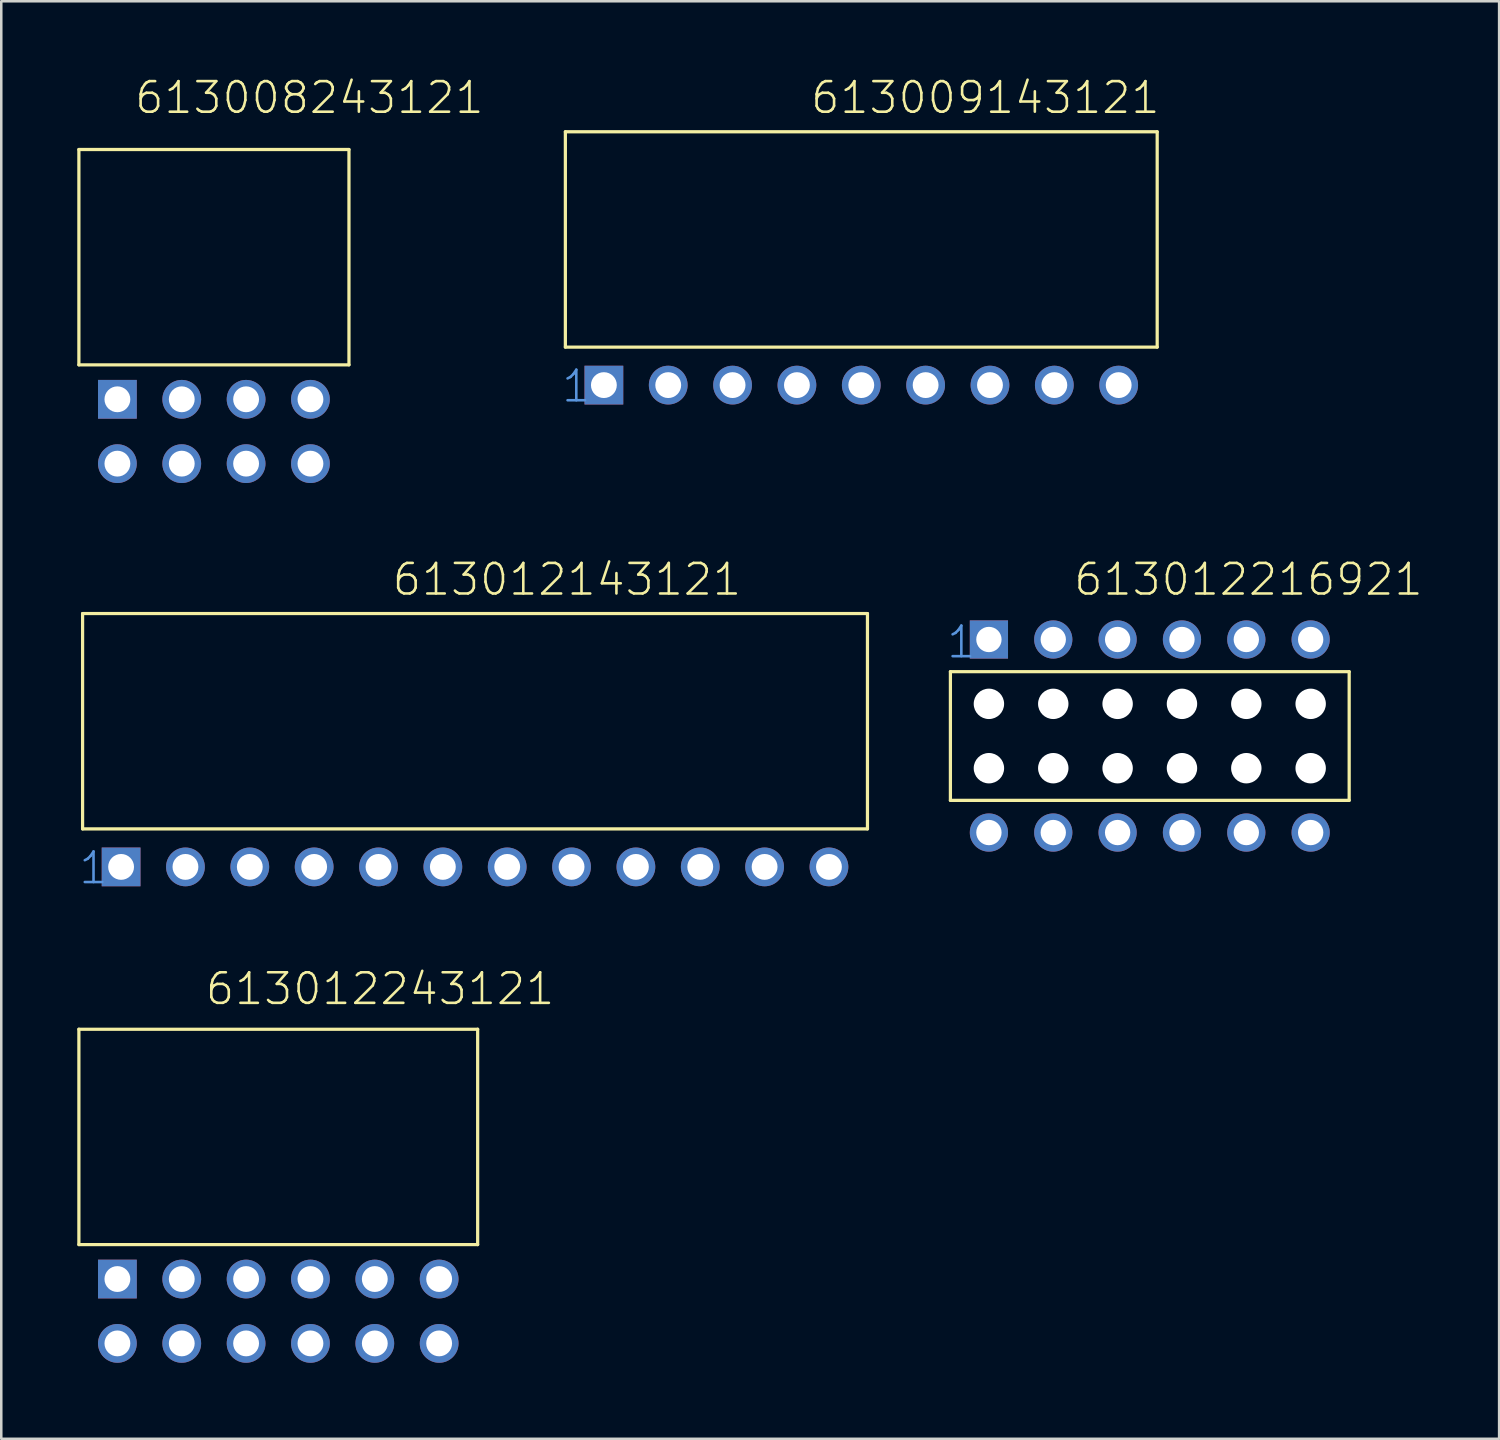
<source format=kicad_pcb>
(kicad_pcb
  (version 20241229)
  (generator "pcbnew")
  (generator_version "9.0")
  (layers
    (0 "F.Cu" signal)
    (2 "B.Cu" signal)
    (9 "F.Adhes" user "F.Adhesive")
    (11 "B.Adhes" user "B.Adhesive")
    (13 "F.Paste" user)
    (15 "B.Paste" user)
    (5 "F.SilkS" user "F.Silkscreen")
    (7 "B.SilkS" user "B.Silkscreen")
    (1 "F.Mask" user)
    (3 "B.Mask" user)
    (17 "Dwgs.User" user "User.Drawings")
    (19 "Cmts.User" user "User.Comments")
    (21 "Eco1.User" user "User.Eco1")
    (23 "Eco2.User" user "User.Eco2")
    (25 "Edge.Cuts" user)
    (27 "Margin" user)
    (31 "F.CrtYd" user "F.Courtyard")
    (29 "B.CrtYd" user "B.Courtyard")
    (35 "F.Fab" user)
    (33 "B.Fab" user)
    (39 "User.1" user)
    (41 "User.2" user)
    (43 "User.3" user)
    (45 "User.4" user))
  (footprint "613009143121"
    (layer "F.Cu")
    (at 30.946 12.151)
    (property "Reference" "613009143121" (at -2.06 -10.64 0) (layer "F.SilkS") (effects (font (size 1.206 1.206) (thickness 0.102)) (justify left bottom)))
    (attr through_hole)
    (fp_line (start -11.68 -10) (end -11.68 -1.5) (stroke (width 0.127) (type solid)) (layer "F.SilkS"))
    (fp_line (start -11.68 -10) (end 11.68 -10) (stroke (width 0.127) (type solid)) (layer "F.SilkS"))
    (fp_line (start -11.68 -1.5) (end 11.68 -1.5) (stroke (width 0.127) (type solid)) (layer "F.SilkS"))
    (fp_line (start 11.68 -10) (end 11.68 -1.5) (stroke (width 0.127) (type solid)) (layer "F.SilkS"))
    (fp_text user "1" (at -11.89 0.75 0) (layer "Cmts.User") (effects (font (size 1.206 1.206) (thickness 0.102)) (justify left bottom)))
    (pad "1" thru_hole rect (at -10.16 0) (size 1.53 1.53) (drill 1.02) (layers "*.Cu" "*.Mask"))
    (pad "2" thru_hole circle (at -7.62 0) (size 1.53 1.53) (drill 1.02) (layers "*.Cu" "*.Mask"))
    (pad "3" thru_hole circle (at -5.08 0) (size 1.53 1.53) (drill 1.02) (layers "*.Cu" "*.Mask"))
    (pad "4" thru_hole circle (at -2.54 0) (size 1.53 1.53) (drill 1.02) (layers "*.Cu" "*.Mask"))
    (pad "5" thru_hole circle (at 0 0) (size 1.53 1.53) (drill 1.02) (layers "*.Cu" "*.Mask"))
    (pad "6" thru_hole circle (at 2.54 0) (size 1.53 1.53) (drill 1.02) (layers "*.Cu" "*.Mask"))
    (pad "7" thru_hole circle (at 5.08 0) (size 1.53 1.53) (drill 1.02) (layers "*.Cu" "*.Mask"))
    (pad "8" thru_hole circle (at 7.62 0) (size 1.53 1.53) (drill 1.02) (layers "*.Cu" "*.Mask"))
    (pad "9" thru_hole circle (at 10.16 0) (size 1.53 1.53) (drill 1.02) (layers "*.Cu" "*.Mask")))
  (footprint "613012143121"
    (layer "F.Cu")
    (at 15.7 31.168)
    (property "Reference" "613012143121" (at -3.33 -10.64 0) (layer "F.SilkS") (effects (font (size 1.206 1.206) (thickness 0.102)) (justify left bottom)))
    (attr through_hole)
    (fp_line (start -15.49 -10) (end -15.49 -1.5) (stroke (width 0.127) (type solid)) (layer "F.SilkS"))
    (fp_line (start -15.49 -10) (end 15.49 -10) (stroke (width 0.127) (type solid)) (layer "F.SilkS"))
    (fp_line (start -15.49 -1.5) (end 15.49 -1.5) (stroke (width 0.127) (type solid)) (layer "F.SilkS"))
    (fp_line (start 15.49 -10) (end 15.49 -1.5) (stroke (width 0.127) (type solid)) (layer "F.SilkS"))
    (fp_text user "1" (at -15.7 0.75 0) (layer "Cmts.User") (effects (font (size 1.206 1.206) (thickness 0.102)) (justify left bottom)))
    (pad "1" thru_hole rect (at -13.97 0) (size 1.53 1.53) (drill 1.02) (layers "*.Cu" "*.Mask"))
    (pad "2" thru_hole circle (at -11.43 0) (size 1.53 1.53) (drill 1.02) (layers "*.Cu" "*.Mask"))
    (pad "3" thru_hole circle (at -8.89 0) (size 1.53 1.53) (drill 1.02) (layers "*.Cu" "*.Mask"))
    (pad "4" thru_hole circle (at -6.35 0) (size 1.53 1.53) (drill 1.02) (layers "*.Cu" "*.Mask"))
    (pad "5" thru_hole circle (at -3.81 0) (size 1.53 1.53) (drill 1.02) (layers "*.Cu" "*.Mask"))
    (pad "6" thru_hole circle (at -1.27 0) (size 1.53 1.53) (drill 1.02) (layers "*.Cu" "*.Mask"))
    (pad "7" thru_hole circle (at 1.27 0) (size 1.53 1.53) (drill 1.02) (layers "*.Cu" "*.Mask"))
    (pad "8" thru_hole circle (at 3.81 0) (size 1.53 1.53) (drill 1.02) (layers "*.Cu" "*.Mask"))
    (pad "9" thru_hole circle (at 6.35 0) (size 1.53 1.53) (drill 1.02) (layers "*.Cu" "*.Mask"))
    (pad "10" thru_hole circle (at 8.89 0) (size 1.53 1.53) (drill 1.02) (layers "*.Cu" "*.Mask"))
    (pad "11" thru_hole circle (at 11.43 0) (size 1.53 1.53) (drill 1.02) (layers "*.Cu" "*.Mask"))
    (pad "12" thru_hole circle (at 13.97 0) (size 1.53 1.53) (drill 1.02) (layers "*.Cu" "*.Mask")))
  (footprint "613008243121"
    (layer "F.Cu")
    (at 5.394 12.711)
    (property "Reference" "613008243121" (at -3.19 -11.2 0) (layer "F.SilkS") (effects (font (size 1.206 1.206) (thickness 0.102)) (justify left bottom)))
    (attr through_hole)
    (fp_line (start -5.33 -9.86) (end -5.33 -1.36) (stroke (width 0.127) (type solid)) (layer "F.SilkS"))
    (fp_line (start -5.33 -9.86) (end 5.33 -9.86) (stroke (width 0.127) (type solid)) (layer "F.SilkS"))
    (fp_line (start -5.33 -1.36) (end 5.33 -1.36) (stroke (width 0.127) (type solid)) (layer "F.SilkS"))
    (fp_line (start 5.33 -1.36) (end 5.33 -9.86) (stroke (width 0.127) (type solid)) (layer "F.SilkS"))
    (pad "1" thru_hole rect (at -3.81 0) (size 1.53 1.53) (drill 1.02) (layers "*.Cu" "*.Mask"))
    (pad "2" thru_hole circle (at -1.27 0) (size 1.53 1.53) (drill 1.02) (layers "*.Cu" "*.Mask"))
    (pad "3" thru_hole circle (at 1.27 0) (size 1.53 1.53) (drill 1.02) (layers "*.Cu" "*.Mask"))
    (pad "4" thru_hole circle (at 3.81 0) (size 1.53 1.53) (drill 1.02) (layers "*.Cu" "*.Mask"))
    (pad "5" thru_hole circle (at 3.81 2.54) (size 1.53 1.53) (drill 1.02) (layers "*.Cu" "*.Mask"))
    (pad "6" thru_hole circle (at 1.27 2.54) (size 1.53 1.53) (drill 1.02) (layers "*.Cu" "*.Mask"))
    (pad "7" thru_hole circle (at -1.27 2.54) (size 1.53 1.53) (drill 1.02) (layers "*.Cu" "*.Mask"))
    (pad "8" thru_hole circle (at -3.81 2.54) (size 1.53 1.53) (drill 1.02) (layers "*.Cu" "*.Mask")))
  (footprint "613012216921"
    (layer "F.Cu")
    (at 42.334 26.002)
    (property "Reference" "613012216921" (at -3.063 -5.474 0) (layer "F.SilkS") (effects (font (size 1.206 1.206) (thickness 0.102)) (justify left bottom)))
    (attr through_hole)
    (fp_line (start -7.87 -2.54) (end -7.87 2.54) (stroke (width 0.127) (type solid)) (layer "F.SilkS"))
    (fp_line (start -7.87 2.54) (end 7.87 2.54) (stroke (width 0.127) (type solid)) (layer "F.SilkS"))
    (fp_line (start 7.87 -2.54) (end -7.87 -2.54) (stroke (width 0.127) (type solid)) (layer "F.SilkS"))
    (fp_line (start 7.87 2.54) (end 7.87 -2.54) (stroke (width 0.127) (type solid)) (layer "F.SilkS"))
    (fp_text user "1" (at -8.08 -3 0) (layer "Cmts.User") (effects (font (size 1.206 1.206) (thickness 0.102)) (justify left bottom)))
    (pad "" np_thru_hole circle (at -6.35 -1.27) (size 1.2 1.2) (drill 1.2) (layers "*.Cu"))
    (pad "" np_thru_hole circle (at -6.35 1.27) (size 1.2 1.2) (drill 1.2) (layers "*.Cu"))
    (pad "" np_thru_hole circle (at -3.81 -1.27) (size 1.2 1.2) (drill 1.2) (layers "*.Cu"))
    (pad "" np_thru_hole circle (at -3.81 1.27) (size 1.2 1.2) (drill 1.2) (layers "*.Cu"))
    (pad "" np_thru_hole circle (at -1.27 -1.27) (size 1.2 1.2) (drill 1.2) (layers "*.Cu"))
    (pad "" np_thru_hole circle (at -1.27 1.27) (size 1.2 1.2) (drill 1.2) (layers "*.Cu"))
    (pad "" np_thru_hole circle (at 1.27 -1.27) (size 1.2 1.2) (drill 1.2) (layers "*.Cu"))
    (pad "" np_thru_hole circle (at 1.27 1.27) (size 1.2 1.2) (drill 1.2) (layers "*.Cu"))
    (pad "" np_thru_hole circle (at 3.81 -1.27) (size 1.2 1.2) (drill 1.2) (layers "*.Cu"))
    (pad "" np_thru_hole circle (at 3.81 1.27) (size 1.2 1.2) (drill 1.2) (layers "*.Cu"))
    (pad "" np_thru_hole circle (at 6.35 -1.27) (size 1.2 1.2) (drill 1.2) (layers "*.Cu"))
    (pad "" np_thru_hole circle (at 6.35 1.27) (size 1.2 1.2) (drill 1.2) (layers "*.Cu"))
    (pad "1" thru_hole rect (at -6.35 -3.81) (size 1.508 1.508) (drill 1) (layers "*.Cu" "*.Mask"))
    (pad "2" thru_hole circle (at -3.81 -3.81) (size 1.508 1.508) (drill 1) (layers "*.Cu" "*.Mask"))
    (pad "3" thru_hole circle (at -1.27 -3.81) (size 1.508 1.508) (drill 1) (layers "*.Cu" "*.Mask"))
    (pad "4" thru_hole circle (at 1.27 -3.81) (size 1.508 1.508) (drill 1) (layers "*.Cu" "*.Mask"))
    (pad "5" thru_hole circle (at 3.81 -3.81) (size 1.508 1.508) (drill 1) (layers "*.Cu" "*.Mask"))
    (pad "6" thru_hole circle (at 6.35 -3.81) (size 1.508 1.508) (drill 1) (layers "*.Cu" "*.Mask"))
    (pad "7" thru_hole circle (at 6.35 3.81) (size 1.508 1.508) (drill 1) (layers "*.Cu" "*.Mask"))
    (pad "8" thru_hole circle (at 3.81 3.81) (size 1.508 1.508) (drill 1) (layers "*.Cu" "*.Mask"))
    (pad "9" thru_hole circle (at 1.27 3.81) (size 1.508 1.508) (drill 1) (layers "*.Cu" "*.Mask"))
    (pad "10" thru_hole circle (at -1.27 3.81) (size 1.508 1.508) (drill 1) (layers "*.Cu" "*.Mask"))
    (pad "11" thru_hole circle (at -3.81 3.81) (size 1.508 1.508) (drill 1) (layers "*.Cu" "*.Mask"))
    (pad "12" thru_hole circle (at -6.35 3.81) (size 1.508 1.508) (drill 1) (layers "*.Cu" "*.Mask")))
  (footprint "613012243121"
    (layer "F.Cu")
    (at 7.934 47.436)
    (property "Reference" "613012243121" (at -2.94 -10.75 0) (layer "F.SilkS") (effects (font (size 1.206 1.206) (thickness 0.102)) (justify left bottom)))
    (attr through_hole)
    (fp_line (start -7.87 -9.86) (end -7.87 -1.36) (stroke (width 0.127) (type solid)) (layer "F.SilkS"))
    (fp_line (start -7.87 -9.86) (end 7.87 -9.86) (stroke (width 0.127) (type solid)) (layer "F.SilkS"))
    (fp_line (start -7.87 -1.36) (end 7.87 -1.36) (stroke (width 0.127) (type solid)) (layer "F.SilkS"))
    (fp_line (start 7.87 -1.36) (end 7.87 -9.86) (stroke (width 0.127) (type solid)) (layer "F.SilkS"))
    (pad "1" thru_hole rect (at -6.35 0) (size 1.53 1.53) (drill 1.02) (layers "*.Cu" "*.Mask"))
    (pad "2" thru_hole circle (at -3.81 0) (size 1.53 1.53) (drill 1.02) (layers "*.Cu" "*.Mask"))
    (pad "3" thru_hole circle (at -1.27 0) (size 1.53 1.53) (drill 1.02) (layers "*.Cu" "*.Mask"))
    (pad "4" thru_hole circle (at 1.27 0) (size 1.53 1.53) (drill 1.02) (layers "*.Cu" "*.Mask"))
    (pad "5" thru_hole circle (at 3.81 0) (size 1.53 1.53) (drill 1.02) (layers "*.Cu" "*.Mask"))
    (pad "6" thru_hole circle (at 6.35 0) (size 1.53 1.53) (drill 1.02) (layers "*.Cu" "*.Mask"))
    (pad "7" thru_hole circle (at 6.35 2.54) (size 1.53 1.53) (drill 1.02) (layers "*.Cu" "*.Mask"))
    (pad "8" thru_hole circle (at 3.81 2.54) (size 1.53 1.53) (drill 1.02) (layers "*.Cu" "*.Mask"))
    (pad "9" thru_hole circle (at 1.27 2.54) (size 1.53 1.53) (drill 1.02) (layers "*.Cu" "*.Mask"))
    (pad "10" thru_hole circle (at -1.27 2.54) (size 1.53 1.53) (drill 1.02) (layers "*.Cu" "*.Mask"))
    (pad "11" thru_hole circle (at -3.81 2.54) (size 1.53 1.53) (drill 1.02) (layers "*.Cu" "*.Mask"))
    (pad "12" thru_hole circle (at -6.35 2.54) (size 1.53 1.53) (drill 1.02) (layers "*.Cu" "*.Mask")))
  (gr_rect
    (start -3 -3)
    (end 56.123 53.741)
    (stroke (width 0.1) (type default))
    (fill no)
    (layer "Edge.Cuts")))
</source>
